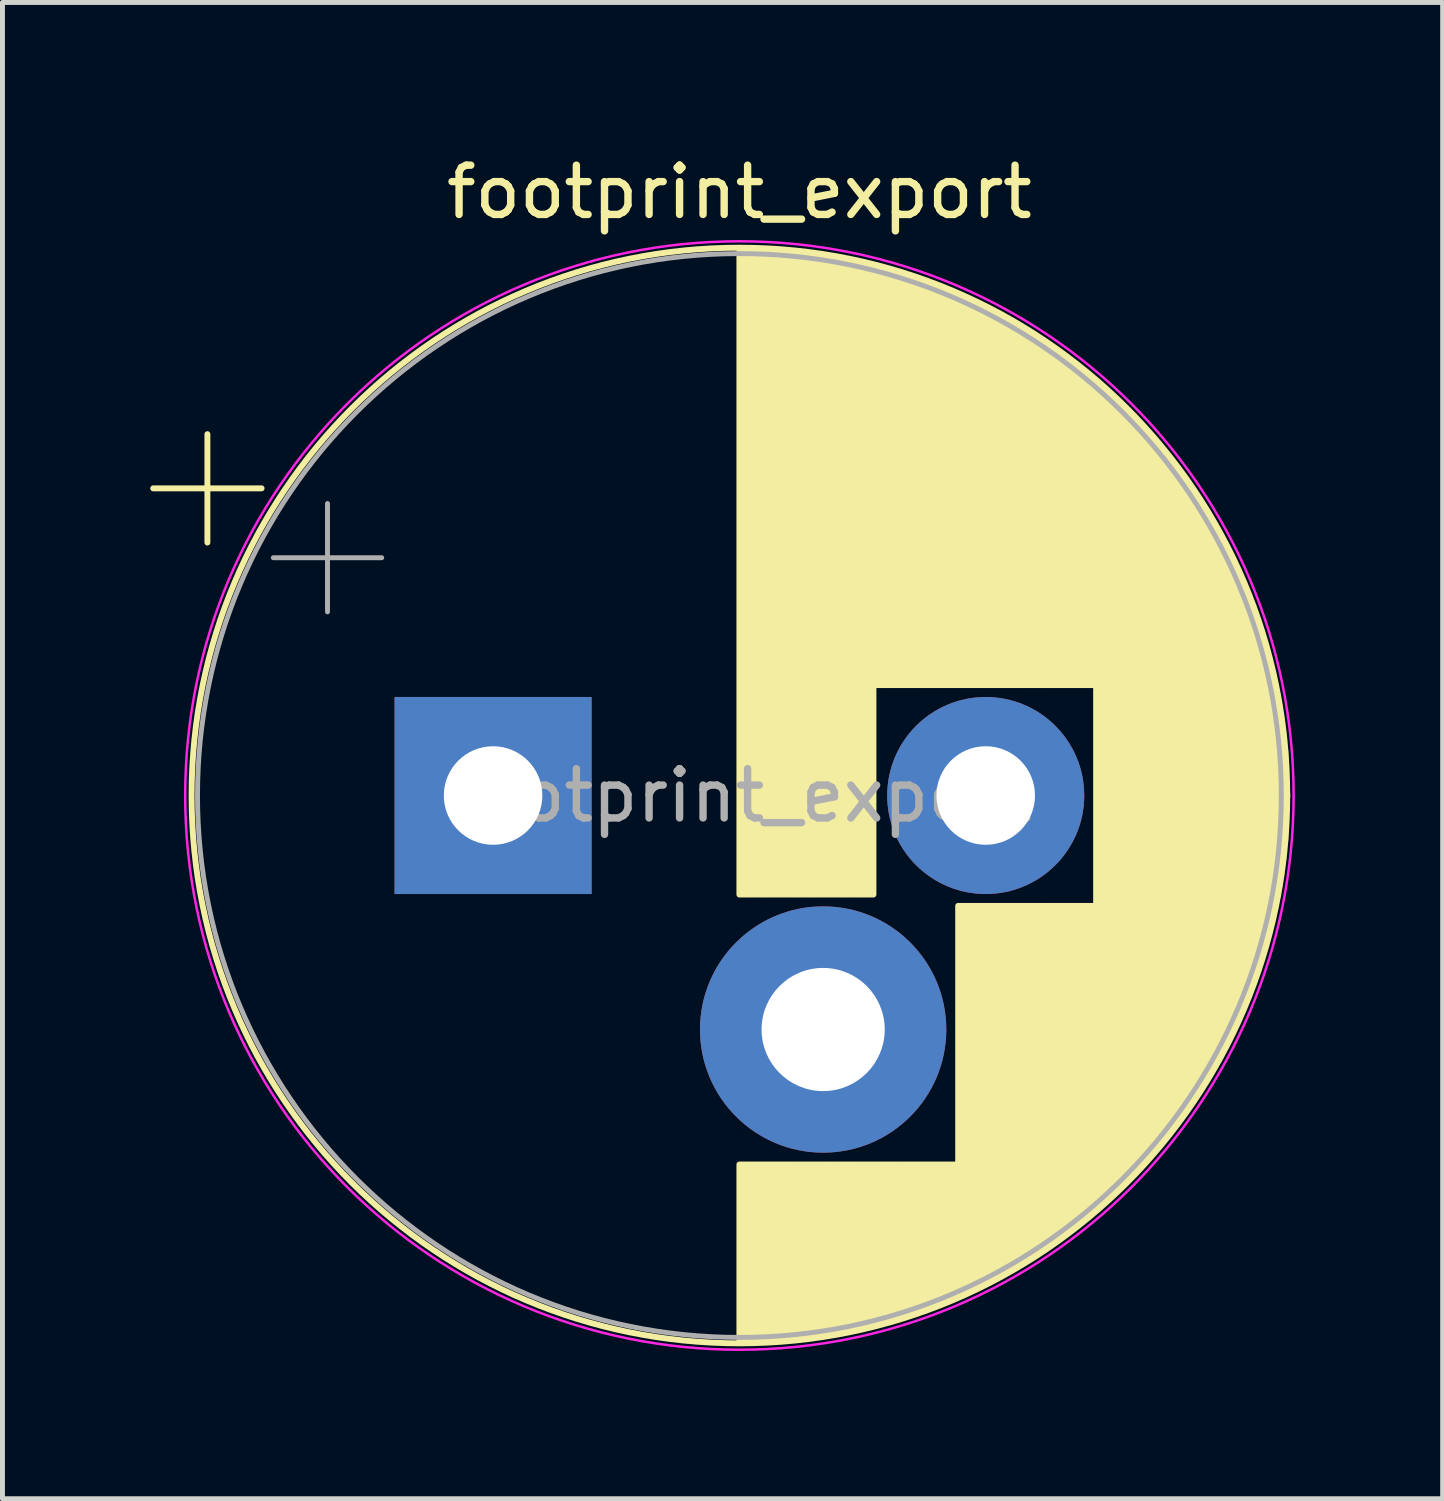
<source format=kicad_pcb>
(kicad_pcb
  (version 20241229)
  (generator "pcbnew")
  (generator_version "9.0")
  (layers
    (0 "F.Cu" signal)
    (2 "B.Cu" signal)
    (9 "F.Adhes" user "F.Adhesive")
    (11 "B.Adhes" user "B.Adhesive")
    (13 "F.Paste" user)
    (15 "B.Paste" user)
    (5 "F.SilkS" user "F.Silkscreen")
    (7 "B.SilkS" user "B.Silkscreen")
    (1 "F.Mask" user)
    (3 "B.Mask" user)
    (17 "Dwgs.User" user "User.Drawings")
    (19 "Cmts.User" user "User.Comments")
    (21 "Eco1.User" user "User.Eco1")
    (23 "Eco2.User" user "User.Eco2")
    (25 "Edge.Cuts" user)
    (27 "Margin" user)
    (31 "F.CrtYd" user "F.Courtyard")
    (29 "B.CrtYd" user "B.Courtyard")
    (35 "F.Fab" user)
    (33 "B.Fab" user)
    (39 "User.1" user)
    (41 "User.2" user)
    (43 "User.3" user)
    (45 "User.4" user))
  (footprint "footprint_export"
    (layer "F.Cu")
    (at 6.959 13.098)
    (property "Reference" "footprint_export" (at 5 -12.25 0) (layer "F.SilkS") (effects (font (size 1 1) (thickness 0.15))))
    (attr through_hole)
    (fp_line (start -6.899 -6.235) (end -4.699 -6.235) (stroke (width 0.12) (type solid)) (layer "F.SilkS"))
    (fp_line (start -5.799 -7.335) (end -5.799 -5.135) (stroke (width 0.12) (type solid)) (layer "F.SilkS"))
    (fp_line (start 5 -11.081) (end 5 2.01) (stroke (width 0.12) (type solid)) (layer "F.SilkS"))
    (fp_line (start 5 7.49) (end 5 11.081) (stroke (width 0.12) (type solid)) (layer "F.SilkS"))
    (fp_line (start 5.04 -11.08) (end 5.04 2.01) (stroke (width 0.12) (type solid)) (layer "F.SilkS"))
    (fp_line (start 5.04 7.49) (end 5.04 11.08) (stroke (width 0.12) (type solid)) (layer "F.SilkS"))
    (fp_line (start 5.08 -11.08) (end 5.08 2.01) (stroke (width 0.12) (type solid)) (layer "F.SilkS"))
    (fp_line (start 5.08 7.49) (end 5.08 11.08) (stroke (width 0.12) (type solid)) (layer "F.SilkS"))
    (fp_line (start 5.12 -11.08) (end 5.12 2.01) (stroke (width 0.12) (type solid)) (layer "F.SilkS"))
    (fp_line (start 5.12 7.49) (end 5.12 11.08) (stroke (width 0.12) (type solid)) (layer "F.SilkS"))
    (fp_line (start 5.16 -11.079) (end 5.16 2.01) (stroke (width 0.12) (type solid)) (layer "F.SilkS"))
    (fp_line (start 5.16 7.49) (end 5.16 11.079) (stroke (width 0.12) (type solid)) (layer "F.SilkS"))
    (fp_line (start 5.2 -11.079) (end 5.2 2.01) (stroke (width 0.12) (type solid)) (layer "F.SilkS"))
    (fp_line (start 5.2 7.49) (end 5.2 11.079) (stroke (width 0.12) (type solid)) (layer "F.SilkS"))
    (fp_line (start 5.24 -11.078) (end 5.24 2.01) (stroke (width 0.12) (type solid)) (layer "F.SilkS"))
    (fp_line (start 5.24 7.49) (end 5.24 11.078) (stroke (width 0.12) (type solid)) (layer "F.SilkS"))
    (fp_line (start 5.28 -11.077) (end 5.28 2.01) (stroke (width 0.12) (type solid)) (layer "F.SilkS"))
    (fp_line (start 5.28 7.49) (end 5.28 11.077) (stroke (width 0.12) (type solid)) (layer "F.SilkS"))
    (fp_line (start 5.32 -11.076) (end 5.32 2.01) (stroke (width 0.12) (type solid)) (layer "F.SilkS"))
    (fp_line (start 5.32 7.49) (end 5.32 11.076) (stroke (width 0.12) (type solid)) (layer "F.SilkS"))
    (fp_line (start 5.36 -11.075) (end 5.36 2.01) (stroke (width 0.12) (type solid)) (layer "F.SilkS"))
    (fp_line (start 5.36 7.49) (end 5.36 11.075) (stroke (width 0.12) (type solid)) (layer "F.SilkS"))
    (fp_line (start 5.4 -11.073) (end 5.4 2.01) (stroke (width 0.12) (type solid)) (layer "F.SilkS"))
    (fp_line (start 5.4 7.49) (end 5.4 11.073) (stroke (width 0.12) (type solid)) (layer "F.SilkS"))
    (fp_line (start 5.44 -11.072) (end 5.44 2.01) (stroke (width 0.12) (type solid)) (layer "F.SilkS"))
    (fp_line (start 5.44 7.49) (end 5.44 11.072) (stroke (width 0.12) (type solid)) (layer "F.SilkS"))
    (fp_line (start 5.48 -11.07) (end 5.48 2.01) (stroke (width 0.12) (type solid)) (layer "F.SilkS"))
    (fp_line (start 5.48 7.49) (end 5.48 11.07) (stroke (width 0.12) (type solid)) (layer "F.SilkS"))
    (fp_line (start 5.52 -11.068) (end 5.52 2.01) (stroke (width 0.12) (type solid)) (layer "F.SilkS"))
    (fp_line (start 5.52 7.49) (end 5.52 11.068) (stroke (width 0.12) (type solid)) (layer "F.SilkS"))
    (fp_line (start 5.56 -11.066) (end 5.56 2.01) (stroke (width 0.12) (type solid)) (layer "F.SilkS"))
    (fp_line (start 5.56 7.49) (end 5.56 11.066) (stroke (width 0.12) (type solid)) (layer "F.SilkS"))
    (fp_line (start 5.6 -11.064) (end 5.6 2.01) (stroke (width 0.12) (type solid)) (layer "F.SilkS"))
    (fp_line (start 5.6 7.49) (end 5.6 11.064) (stroke (width 0.12) (type solid)) (layer "F.SilkS"))
    (fp_line (start 5.64 -11.062) (end 5.64 2.01) (stroke (width 0.12) (type solid)) (layer "F.SilkS"))
    (fp_line (start 5.64 7.49) (end 5.64 11.062) (stroke (width 0.12) (type solid)) (layer "F.SilkS"))
    (fp_line (start 5.68 -11.06) (end 5.68 2.01) (stroke (width 0.12) (type solid)) (layer "F.SilkS"))
    (fp_line (start 5.68 7.49) (end 5.68 11.06) (stroke (width 0.12) (type solid)) (layer "F.SilkS"))
    (fp_line (start 5.721 -11.057) (end 5.721 2.01) (stroke (width 0.12) (type solid)) (layer "F.SilkS"))
    (fp_line (start 5.721 7.49) (end 5.721 11.057) (stroke (width 0.12) (type solid)) (layer "F.SilkS"))
    (fp_line (start 5.761 -11.054) (end 5.761 2.01) (stroke (width 0.12) (type solid)) (layer "F.SilkS"))
    (fp_line (start 5.761 7.49) (end 5.761 11.054) (stroke (width 0.12) (type solid)) (layer "F.SilkS"))
    (fp_line (start 5.801 -11.052) (end 5.801 2.01) (stroke (width 0.12) (type solid)) (layer "F.SilkS"))
    (fp_line (start 5.801 7.49) (end 5.801 11.052) (stroke (width 0.12) (type solid)) (layer "F.SilkS"))
    (fp_line (start 5.841 -11.049) (end 5.841 2.01) (stroke (width 0.12) (type solid)) (layer "F.SilkS"))
    (fp_line (start 5.841 7.49) (end 5.841 11.049) (stroke (width 0.12) (type solid)) (layer "F.SilkS"))
    (fp_line (start 5.881 -11.046) (end 5.881 2.01) (stroke (width 0.12) (type solid)) (layer "F.SilkS"))
    (fp_line (start 5.881 7.49) (end 5.881 11.046) (stroke (width 0.12) (type solid)) (layer "F.SilkS"))
    (fp_line (start 5.921 -11.042) (end 5.921 2.01) (stroke (width 0.12) (type solid)) (layer "F.SilkS"))
    (fp_line (start 5.921 7.49) (end 5.921 11.042) (stroke (width 0.12) (type solid)) (layer "F.SilkS"))
    (fp_line (start 5.961 -11.039) (end 5.961 2.01) (stroke (width 0.12) (type solid)) (layer "F.SilkS"))
    (fp_line (start 5.961 7.49) (end 5.961 11.039) (stroke (width 0.12) (type solid)) (layer "F.SilkS"))
    (fp_line (start 6.001 -11.035) (end 6.001 2.01) (stroke (width 0.12) (type solid)) (layer "F.SilkS"))
    (fp_line (start 6.001 7.49) (end 6.001 11.035) (stroke (width 0.12) (type solid)) (layer "F.SilkS"))
    (fp_line (start 6.041 -11.032) (end 6.041 2.01) (stroke (width 0.12) (type solid)) (layer "F.SilkS"))
    (fp_line (start 6.041 7.49) (end 6.041 11.032) (stroke (width 0.12) (type solid)) (layer "F.SilkS"))
    (fp_line (start 6.081 -11.028) (end 6.081 2.01) (stroke (width 0.12) (type solid)) (layer "F.SilkS"))
    (fp_line (start 6.081 7.49) (end 6.081 11.028) (stroke (width 0.12) (type solid)) (layer "F.SilkS"))
    (fp_line (start 6.121 -11.024) (end 6.121 2.01) (stroke (width 0.12) (type solid)) (layer "F.SilkS"))
    (fp_line (start 6.121 7.49) (end 6.121 11.024) (stroke (width 0.12) (type solid)) (layer "F.SilkS"))
    (fp_line (start 6.161 -11.02) (end 6.161 2.01) (stroke (width 0.12) (type solid)) (layer "F.SilkS"))
    (fp_line (start 6.161 7.49) (end 6.161 11.02) (stroke (width 0.12) (type solid)) (layer "F.SilkS"))
    (fp_line (start 6.201 -11.016) (end 6.201 2.01) (stroke (width 0.12) (type solid)) (layer "F.SilkS"))
    (fp_line (start 6.201 7.49) (end 6.201 11.016) (stroke (width 0.12) (type solid)) (layer "F.SilkS"))
    (fp_line (start 6.241 -11.011) (end 6.241 2.01) (stroke (width 0.12) (type solid)) (layer "F.SilkS"))
    (fp_line (start 6.241 7.49) (end 6.241 11.011) (stroke (width 0.12) (type solid)) (layer "F.SilkS"))
    (fp_line (start 6.281 -11.007) (end 6.281 2.01) (stroke (width 0.12) (type solid)) (layer "F.SilkS"))
    (fp_line (start 6.281 7.49) (end 6.281 11.007) (stroke (width 0.12) (type solid)) (layer "F.SilkS"))
    (fp_line (start 6.321 -11.002) (end 6.321 2.01) (stroke (width 0.12) (type solid)) (layer "F.SilkS"))
    (fp_line (start 6.321 7.49) (end 6.321 11.002) (stroke (width 0.12) (type solid)) (layer "F.SilkS"))
    (fp_line (start 6.361 -10.997) (end 6.361 2.01) (stroke (width 0.12) (type solid)) (layer "F.SilkS"))
    (fp_line (start 6.361 7.49) (end 6.361 10.997) (stroke (width 0.12) (type solid)) (layer "F.SilkS"))
    (fp_line (start 6.401 -10.992) (end 6.401 2.01) (stroke (width 0.12) (type solid)) (layer "F.SilkS"))
    (fp_line (start 6.401 7.49) (end 6.401 10.992) (stroke (width 0.12) (type solid)) (layer "F.SilkS"))
    (fp_line (start 6.441 -10.987) (end 6.441 2.01) (stroke (width 0.12) (type solid)) (layer "F.SilkS"))
    (fp_line (start 6.441 7.49) (end 6.441 10.987) (stroke (width 0.12) (type solid)) (layer "F.SilkS"))
    (fp_line (start 6.481 -10.982) (end 6.481 2.01) (stroke (width 0.12) (type solid)) (layer "F.SilkS"))
    (fp_line (start 6.481 7.49) (end 6.481 10.982) (stroke (width 0.12) (type solid)) (layer "F.SilkS"))
    (fp_line (start 6.521 -10.976) (end 6.521 2.01) (stroke (width 0.12) (type solid)) (layer "F.SilkS"))
    (fp_line (start 6.521 7.49) (end 6.521 10.976) (stroke (width 0.12) (type solid)) (layer "F.SilkS"))
    (fp_line (start 6.561 -10.971) (end 6.561 2.01) (stroke (width 0.12) (type solid)) (layer "F.SilkS"))
    (fp_line (start 6.561 7.49) (end 6.561 10.971) (stroke (width 0.12) (type solid)) (layer "F.SilkS"))
    (fp_line (start 6.601 -10.965) (end 6.601 2.01) (stroke (width 0.12) (type solid)) (layer "F.SilkS"))
    (fp_line (start 6.601 7.49) (end 6.601 10.965) (stroke (width 0.12) (type solid)) (layer "F.SilkS"))
    (fp_line (start 6.641 -10.959) (end 6.641 2.01) (stroke (width 0.12) (type solid)) (layer "F.SilkS"))
    (fp_line (start 6.641 7.49) (end 6.641 10.959) (stroke (width 0.12) (type solid)) (layer "F.SilkS"))
    (fp_line (start 6.681 -10.953) (end 6.681 2.01) (stroke (width 0.12) (type solid)) (layer "F.SilkS"))
    (fp_line (start 6.681 7.49) (end 6.681 10.953) (stroke (width 0.12) (type solid)) (layer "F.SilkS"))
    (fp_line (start 6.721 -10.947) (end 6.721 2.01) (stroke (width 0.12) (type solid)) (layer "F.SilkS"))
    (fp_line (start 6.721 7.49) (end 6.721 10.947) (stroke (width 0.12) (type solid)) (layer "F.SilkS"))
    (fp_line (start 6.761 -10.94) (end 6.761 2.01) (stroke (width 0.12) (type solid)) (layer "F.SilkS"))
    (fp_line (start 6.761 7.49) (end 6.761 10.94) (stroke (width 0.12) (type solid)) (layer "F.SilkS"))
    (fp_line (start 6.801 -10.934) (end 6.801 2.01) (stroke (width 0.12) (type solid)) (layer "F.SilkS"))
    (fp_line (start 6.801 7.49) (end 6.801 10.934) (stroke (width 0.12) (type solid)) (layer "F.SilkS"))
    (fp_line (start 6.841 -10.927) (end 6.841 2.01) (stroke (width 0.12) (type solid)) (layer "F.SilkS"))
    (fp_line (start 6.841 7.49) (end 6.841 10.927) (stroke (width 0.12) (type solid)) (layer "F.SilkS"))
    (fp_line (start 6.881 -10.92) (end 6.881 2.01) (stroke (width 0.12) (type solid)) (layer "F.SilkS"))
    (fp_line (start 6.881 7.49) (end 6.881 10.92) (stroke (width 0.12) (type solid)) (layer "F.SilkS"))
    (fp_line (start 6.921 -10.913) (end 6.921 2.01) (stroke (width 0.12) (type solid)) (layer "F.SilkS"))
    (fp_line (start 6.921 7.49) (end 6.921 10.913) (stroke (width 0.12) (type solid)) (layer "F.SilkS"))
    (fp_line (start 6.961 -10.906) (end 6.961 2.01) (stroke (width 0.12) (type solid)) (layer "F.SilkS"))
    (fp_line (start 6.961 7.49) (end 6.961 10.906) (stroke (width 0.12) (type solid)) (layer "F.SilkS"))
    (fp_line (start 7.001 -10.899) (end 7.001 2.01) (stroke (width 0.12) (type solid)) (layer "F.SilkS"))
    (fp_line (start 7.001 7.49) (end 7.001 10.899) (stroke (width 0.12) (type solid)) (layer "F.SilkS"))
    (fp_line (start 7.041 -10.892) (end 7.041 2.01) (stroke (width 0.12) (type solid)) (layer "F.SilkS"))
    (fp_line (start 7.041 7.49) (end 7.041 10.892) (stroke (width 0.12) (type solid)) (layer "F.SilkS"))
    (fp_line (start 7.081 -10.884) (end 7.081 2.01) (stroke (width 0.12) (type solid)) (layer "F.SilkS"))
    (fp_line (start 7.081 7.49) (end 7.081 10.884) (stroke (width 0.12) (type solid)) (layer "F.SilkS"))
    (fp_line (start 7.121 -10.877) (end 7.121 2.01) (stroke (width 0.12) (type solid)) (layer "F.SilkS"))
    (fp_line (start 7.121 7.49) (end 7.121 10.877) (stroke (width 0.12) (type solid)) (layer "F.SilkS"))
    (fp_line (start 7.161 -10.869) (end 7.161 2.01) (stroke (width 0.12) (type solid)) (layer "F.SilkS"))
    (fp_line (start 7.161 7.49) (end 7.161 10.869) (stroke (width 0.12) (type solid)) (layer "F.SilkS"))
    (fp_line (start 7.201 -10.861) (end 7.201 2.01) (stroke (width 0.12) (type solid)) (layer "F.SilkS"))
    (fp_line (start 7.201 7.49) (end 7.201 10.861) (stroke (width 0.12) (type solid)) (layer "F.SilkS"))
    (fp_line (start 7.241 -10.853) (end 7.241 2.01) (stroke (width 0.12) (type solid)) (layer "F.SilkS"))
    (fp_line (start 7.241 7.49) (end 7.241 10.853) (stroke (width 0.12) (type solid)) (layer "F.SilkS"))
    (fp_line (start 7.281 -10.844) (end 7.281 2.01) (stroke (width 0.12) (type solid)) (layer "F.SilkS"))
    (fp_line (start 7.281 7.49) (end 7.281 10.844) (stroke (width 0.12) (type solid)) (layer "F.SilkS"))
    (fp_line (start 7.321 -10.836) (end 7.321 2.01) (stroke (width 0.12) (type solid)) (layer "F.SilkS"))
    (fp_line (start 7.321 7.49) (end 7.321 10.836) (stroke (width 0.12) (type solid)) (layer "F.SilkS"))
    (fp_line (start 7.361 -10.827) (end 7.361 2.01) (stroke (width 0.12) (type solid)) (layer "F.SilkS"))
    (fp_line (start 7.361 7.49) (end 7.361 10.827) (stroke (width 0.12) (type solid)) (layer "F.SilkS"))
    (fp_line (start 7.401 -10.818) (end 7.401 2.01) (stroke (width 0.12) (type solid)) (layer "F.SilkS"))
    (fp_line (start 7.401 7.49) (end 7.401 10.818) (stroke (width 0.12) (type solid)) (layer "F.SilkS"))
    (fp_line (start 7.441 -10.809) (end 7.441 2.01) (stroke (width 0.12) (type solid)) (layer "F.SilkS"))
    (fp_line (start 7.441 7.49) (end 7.441 10.809) (stroke (width 0.12) (type solid)) (layer "F.SilkS"))
    (fp_line (start 7.481 -10.8) (end 7.481 2.01) (stroke (width 0.12) (type solid)) (layer "F.SilkS"))
    (fp_line (start 7.481 7.49) (end 7.481 10.8) (stroke (width 0.12) (type solid)) (layer "F.SilkS"))
    (fp_line (start 7.521 -10.791) (end 7.521 2.01) (stroke (width 0.12) (type solid)) (layer "F.SilkS"))
    (fp_line (start 7.521 7.49) (end 7.521 10.791) (stroke (width 0.12) (type solid)) (layer "F.SilkS"))
    (fp_line (start 7.561 -10.782) (end 7.561 2.01) (stroke (width 0.12) (type solid)) (layer "F.SilkS"))
    (fp_line (start 7.561 7.49) (end 7.561 10.782) (stroke (width 0.12) (type solid)) (layer "F.SilkS"))
    (fp_line (start 7.601 -10.772) (end 7.601 2.01) (stroke (width 0.12) (type solid)) (layer "F.SilkS"))
    (fp_line (start 7.601 7.49) (end 7.601 10.772) (stroke (width 0.12) (type solid)) (layer "F.SilkS"))
    (fp_line (start 7.641 -10.763) (end 7.641 2.01) (stroke (width 0.12) (type solid)) (layer "F.SilkS"))
    (fp_line (start 7.641 7.49) (end 7.641 10.763) (stroke (width 0.12) (type solid)) (layer "F.SilkS"))
    (fp_line (start 7.681 -10.753) (end 7.681 2.01) (stroke (width 0.12) (type solid)) (layer "F.SilkS"))
    (fp_line (start 7.681 7.49) (end 7.681 10.753) (stroke (width 0.12) (type solid)) (layer "F.SilkS"))
    (fp_line (start 7.721 -10.743) (end 7.721 2.01) (stroke (width 0.12) (type solid)) (layer "F.SilkS"))
    (fp_line (start 7.721 7.49) (end 7.721 10.743) (stroke (width 0.12) (type solid)) (layer "F.SilkS"))
    (fp_line (start 7.761 -10.733) (end 7.761 -2.24) (stroke (width 0.12) (type solid)) (layer "F.SilkS"))
    (fp_line (start 7.761 7.49) (end 7.761 10.733) (stroke (width 0.12) (type solid)) (layer "F.SilkS"))
    (fp_line (start 7.801 -10.722) (end 7.801 -2.24) (stroke (width 0.12) (type solid)) (layer "F.SilkS"))
    (fp_line (start 7.801 7.49) (end 7.801 10.722) (stroke (width 0.12) (type solid)) (layer "F.SilkS"))
    (fp_line (start 7.841 -10.712) (end 7.841 -2.24) (stroke (width 0.12) (type solid)) (layer "F.SilkS"))
    (fp_line (start 7.841 7.49) (end 7.841 10.712) (stroke (width 0.12) (type solid)) (layer "F.SilkS"))
    (fp_line (start 7.881 -10.701) (end 7.881 -2.24) (stroke (width 0.12) (type solid)) (layer "F.SilkS"))
    (fp_line (start 7.881 7.49) (end 7.881 10.701) (stroke (width 0.12) (type solid)) (layer "F.SilkS"))
    (fp_line (start 7.921 -10.69) (end 7.921 -2.24) (stroke (width 0.12) (type solid)) (layer "F.SilkS"))
    (fp_line (start 7.921 7.49) (end 7.921 10.69) (stroke (width 0.12) (type solid)) (layer "F.SilkS"))
    (fp_line (start 7.961 -10.679) (end 7.961 -2.24) (stroke (width 0.12) (type solid)) (layer "F.SilkS"))
    (fp_line (start 7.961 7.49) (end 7.961 10.679) (stroke (width 0.12) (type solid)) (layer "F.SilkS"))
    (fp_line (start 8.001 -10.668) (end 8.001 -2.24) (stroke (width 0.12) (type solid)) (layer "F.SilkS"))
    (fp_line (start 8.001 7.49) (end 8.001 10.668) (stroke (width 0.12) (type solid)) (layer "F.SilkS"))
    (fp_line (start 8.041 -10.657) (end 8.041 -2.24) (stroke (width 0.12) (type solid)) (layer "F.SilkS"))
    (fp_line (start 8.041 7.49) (end 8.041 10.657) (stroke (width 0.12) (type solid)) (layer "F.SilkS"))
    (fp_line (start 8.081 -10.645) (end 8.081 -2.24) (stroke (width 0.12) (type solid)) (layer "F.SilkS"))
    (fp_line (start 8.081 7.49) (end 8.081 10.645) (stroke (width 0.12) (type solid)) (layer "F.SilkS"))
    (fp_line (start 8.121 -10.634) (end 8.121 -2.24) (stroke (width 0.12) (type solid)) (layer "F.SilkS"))
    (fp_line (start 8.121 7.49) (end 8.121 10.634) (stroke (width 0.12) (type solid)) (layer "F.SilkS"))
    (fp_line (start 8.161 -10.622) (end 8.161 -2.24) (stroke (width 0.12) (type solid)) (layer "F.SilkS"))
    (fp_line (start 8.161 7.49) (end 8.161 10.622) (stroke (width 0.12) (type solid)) (layer "F.SilkS"))
    (fp_line (start 8.201 -10.61) (end 8.201 -2.24) (stroke (width 0.12) (type solid)) (layer "F.SilkS"))
    (fp_line (start 8.201 7.49) (end 8.201 10.61) (stroke (width 0.12) (type solid)) (layer "F.SilkS"))
    (fp_line (start 8.241 -10.598) (end 8.241 -2.24) (stroke (width 0.12) (type solid)) (layer "F.SilkS"))
    (fp_line (start 8.241 7.49) (end 8.241 10.598) (stroke (width 0.12) (type solid)) (layer "F.SilkS"))
    (fp_line (start 8.281 -10.586) (end 8.281 -2.24) (stroke (width 0.12) (type solid)) (layer "F.SilkS"))
    (fp_line (start 8.281 7.49) (end 8.281 10.586) (stroke (width 0.12) (type solid)) (layer "F.SilkS"))
    (fp_line (start 8.321 -10.573) (end 8.321 -2.24) (stroke (width 0.12) (type solid)) (layer "F.SilkS"))
    (fp_line (start 8.321 7.49) (end 8.321 10.573) (stroke (width 0.12) (type solid)) (layer "F.SilkS"))
    (fp_line (start 8.361 -10.561) (end 8.361 -2.24) (stroke (width 0.12) (type solid)) (layer "F.SilkS"))
    (fp_line (start 8.361 7.49) (end 8.361 10.561) (stroke (width 0.12) (type solid)) (layer "F.SilkS"))
    (fp_line (start 8.401 -10.548) (end 8.401 -2.24) (stroke (width 0.12) (type solid)) (layer "F.SilkS"))
    (fp_line (start 8.401 7.49) (end 8.401 10.548) (stroke (width 0.12) (type solid)) (layer "F.SilkS"))
    (fp_line (start 8.441 -10.535) (end 8.441 -2.24) (stroke (width 0.12) (type solid)) (layer "F.SilkS"))
    (fp_line (start 8.441 7.49) (end 8.441 10.535) (stroke (width 0.12) (type solid)) (layer "F.SilkS"))
    (fp_line (start 8.481 -10.522) (end 8.481 -2.24) (stroke (width 0.12) (type solid)) (layer "F.SilkS"))
    (fp_line (start 8.481 7.49) (end 8.481 10.522) (stroke (width 0.12) (type solid)) (layer "F.SilkS"))
    (fp_line (start 8.521 -10.509) (end 8.521 -2.24) (stroke (width 0.12) (type solid)) (layer "F.SilkS"))
    (fp_line (start 8.521 7.49) (end 8.521 10.509) (stroke (width 0.12) (type solid)) (layer "F.SilkS"))
    (fp_line (start 8.561 -10.495) (end 8.561 -2.24) (stroke (width 0.12) (type solid)) (layer "F.SilkS"))
    (fp_line (start 8.561 7.49) (end 8.561 10.495) (stroke (width 0.12) (type solid)) (layer "F.SilkS"))
    (fp_line (start 8.601 -10.482) (end 8.601 -2.24) (stroke (width 0.12) (type solid)) (layer "F.SilkS"))
    (fp_line (start 8.601 7.49) (end 8.601 10.482) (stroke (width 0.12) (type solid)) (layer "F.SilkS"))
    (fp_line (start 8.641 -10.468) (end 8.641 -2.24) (stroke (width 0.12) (type solid)) (layer "F.SilkS"))
    (fp_line (start 8.641 7.49) (end 8.641 10.468) (stroke (width 0.12) (type solid)) (layer "F.SilkS"))
    (fp_line (start 8.681 -10.454) (end 8.681 -2.24) (stroke (width 0.12) (type solid)) (layer "F.SilkS"))
    (fp_line (start 8.681 7.49) (end 8.681 10.454) (stroke (width 0.12) (type solid)) (layer "F.SilkS"))
    (fp_line (start 8.721 -10.44) (end 8.721 -2.24) (stroke (width 0.12) (type solid)) (layer "F.SilkS"))
    (fp_line (start 8.721 7.49) (end 8.721 10.44) (stroke (width 0.12) (type solid)) (layer "F.SilkS"))
    (fp_line (start 8.761 -10.426) (end 8.761 -2.24) (stroke (width 0.12) (type solid)) (layer "F.SilkS"))
    (fp_line (start 8.761 7.49) (end 8.761 10.426) (stroke (width 0.12) (type solid)) (layer "F.SilkS"))
    (fp_line (start 8.801 -10.411) (end 8.801 -2.24) (stroke (width 0.12) (type solid)) (layer "F.SilkS"))
    (fp_line (start 8.801 7.49) (end 8.801 10.411) (stroke (width 0.12) (type solid)) (layer "F.SilkS"))
    (fp_line (start 8.841 -10.396) (end 8.841 -2.24) (stroke (width 0.12) (type solid)) (layer "F.SilkS"))
    (fp_line (start 8.841 7.49) (end 8.841 10.396) (stroke (width 0.12) (type solid)) (layer "F.SilkS"))
    (fp_line (start 8.881 -10.382) (end 8.881 -2.24) (stroke (width 0.12) (type solid)) (layer "F.SilkS"))
    (fp_line (start 8.881 7.49) (end 8.881 10.382) (stroke (width 0.12) (type solid)) (layer "F.SilkS"))
    (fp_line (start 8.921 -10.367) (end 8.921 -2.24) (stroke (width 0.12) (type solid)) (layer "F.SilkS"))
    (fp_line (start 8.921 7.49) (end 8.921 10.367) (stroke (width 0.12) (type solid)) (layer "F.SilkS"))
    (fp_line (start 8.961 -10.351) (end 8.961 -2.24) (stroke (width 0.12) (type solid)) (layer "F.SilkS"))
    (fp_line (start 8.961 7.49) (end 8.961 10.351) (stroke (width 0.12) (type solid)) (layer "F.SilkS"))
    (fp_line (start 9.001 -10.336) (end 9.001 -2.24) (stroke (width 0.12) (type solid)) (layer "F.SilkS"))
    (fp_line (start 9.001 7.49) (end 9.001 10.336) (stroke (width 0.12) (type solid)) (layer "F.SilkS"))
    (fp_line (start 9.041 -10.321) (end 9.041 -2.24) (stroke (width 0.12) (type solid)) (layer "F.SilkS"))
    (fp_line (start 9.041 7.49) (end 9.041 10.321) (stroke (width 0.12) (type solid)) (layer "F.SilkS"))
    (fp_line (start 9.081 -10.305) (end 9.081 -2.24) (stroke (width 0.12) (type solid)) (layer "F.SilkS"))
    (fp_line (start 9.081 7.49) (end 9.081 10.305) (stroke (width 0.12) (type solid)) (layer "F.SilkS"))
    (fp_line (start 9.121 -10.289) (end 9.121 -2.24) (stroke (width 0.12) (type solid)) (layer "F.SilkS"))
    (fp_line (start 9.121 7.49) (end 9.121 10.289) (stroke (width 0.12) (type solid)) (layer "F.SilkS"))
    (fp_line (start 9.161 -10.273) (end 9.161 -2.24) (stroke (width 0.12) (type solid)) (layer "F.SilkS"))
    (fp_line (start 9.161 7.49) (end 9.161 10.273) (stroke (width 0.12) (type solid)) (layer "F.SilkS"))
    (fp_line (start 9.201 -10.257) (end 9.201 -2.24) (stroke (width 0.12) (type solid)) (layer "F.SilkS"))
    (fp_line (start 9.201 7.49) (end 9.201 10.257) (stroke (width 0.12) (type solid)) (layer "F.SilkS"))
    (fp_line (start 9.241 -10.24) (end 9.241 -2.24) (stroke (width 0.12) (type solid)) (layer "F.SilkS"))
    (fp_line (start 9.241 7.49) (end 9.241 10.24) (stroke (width 0.12) (type solid)) (layer "F.SilkS"))
    (fp_line (start 9.281 -10.224) (end 9.281 -2.24) (stroke (width 0.12) (type solid)) (layer "F.SilkS"))
    (fp_line (start 9.281 7.49) (end 9.281 10.224) (stroke (width 0.12) (type solid)) (layer "F.SilkS"))
    (fp_line (start 9.321 -10.207) (end 9.321 -2.24) (stroke (width 0.12) (type solid)) (layer "F.SilkS"))
    (fp_line (start 9.321 7.49) (end 9.321 10.207) (stroke (width 0.12) (type solid)) (layer "F.SilkS"))
    (fp_line (start 9.361 -10.19) (end 9.361 -2.24) (stroke (width 0.12) (type solid)) (layer "F.SilkS"))
    (fp_line (start 9.361 7.49) (end 9.361 10.19) (stroke (width 0.12) (type solid)) (layer "F.SilkS"))
    (fp_line (start 9.401 -10.173) (end 9.401 -2.24) (stroke (width 0.12) (type solid)) (layer "F.SilkS"))
    (fp_line (start 9.401 7.49) (end 9.401 10.173) (stroke (width 0.12) (type solid)) (layer "F.SilkS"))
    (fp_line (start 9.441 -10.156) (end 9.441 -2.24) (stroke (width 0.12) (type solid)) (layer "F.SilkS"))
    (fp_line (start 9.441 2.24) (end 9.441 10.156) (stroke (width 0.12) (type solid)) (layer "F.SilkS"))
    (fp_line (start 9.481 -10.138) (end 9.481 -2.24) (stroke (width 0.12) (type solid)) (layer "F.SilkS"))
    (fp_line (start 9.481 2.24) (end 9.481 10.138) (stroke (width 0.12) (type solid)) (layer "F.SilkS"))
    (fp_line (start 9.521 -10.12) (end 9.521 -2.24) (stroke (width 0.12) (type solid)) (layer "F.SilkS"))
    (fp_line (start 9.521 2.24) (end 9.521 10.12) (stroke (width 0.12) (type solid)) (layer "F.SilkS"))
    (fp_line (start 9.561 -10.103) (end 9.561 -2.24) (stroke (width 0.12) (type solid)) (layer "F.SilkS"))
    (fp_line (start 9.561 2.24) (end 9.561 10.103) (stroke (width 0.12) (type solid)) (layer "F.SilkS"))
    (fp_line (start 9.601 -10.084) (end 9.601 -2.24) (stroke (width 0.12) (type solid)) (layer "F.SilkS"))
    (fp_line (start 9.601 2.24) (end 9.601 10.084) (stroke (width 0.12) (type solid)) (layer "F.SilkS"))
    (fp_line (start 9.641 -10.066) (end 9.641 -2.24) (stroke (width 0.12) (type solid)) (layer "F.SilkS"))
    (fp_line (start 9.641 2.24) (end 9.641 10.066) (stroke (width 0.12) (type solid)) (layer "F.SilkS"))
    (fp_line (start 9.681 -10.048) (end 9.681 -2.24) (stroke (width 0.12) (type solid)) (layer "F.SilkS"))
    (fp_line (start 9.681 2.24) (end 9.681 10.048) (stroke (width 0.12) (type solid)) (layer "F.SilkS"))
    (fp_line (start 9.721 -10.029) (end 9.721 -2.24) (stroke (width 0.12) (type solid)) (layer "F.SilkS"))
    (fp_line (start 9.721 2.24) (end 9.721 10.029) (stroke (width 0.12) (type solid)) (layer "F.SilkS"))
    (fp_line (start 9.761 -10.01) (end 9.761 -2.24) (stroke (width 0.12) (type solid)) (layer "F.SilkS"))
    (fp_line (start 9.761 2.24) (end 9.761 10.01) (stroke (width 0.12) (type solid)) (layer "F.SilkS"))
    (fp_line (start 9.801 -9.991) (end 9.801 -2.24) (stroke (width 0.12) (type solid)) (layer "F.SilkS"))
    (fp_line (start 9.801 2.24) (end 9.801 9.991) (stroke (width 0.12) (type solid)) (layer "F.SilkS"))
    (fp_line (start 9.841 -9.972) (end 9.841 -2.24) (stroke (width 0.12) (type solid)) (layer "F.SilkS"))
    (fp_line (start 9.841 2.24) (end 9.841 9.972) (stroke (width 0.12) (type solid)) (layer "F.SilkS"))
    (fp_line (start 9.881 -9.952) (end 9.881 -2.24) (stroke (width 0.12) (type solid)) (layer "F.SilkS"))
    (fp_line (start 9.881 2.24) (end 9.881 9.952) (stroke (width 0.12) (type solid)) (layer "F.SilkS"))
    (fp_line (start 9.921 -9.933) (end 9.921 -2.24) (stroke (width 0.12) (type solid)) (layer "F.SilkS"))
    (fp_line (start 9.921 2.24) (end 9.921 9.933) (stroke (width 0.12) (type solid)) (layer "F.SilkS"))
    (fp_line (start 9.961 -9.913) (end 9.961 -2.24) (stroke (width 0.12) (type solid)) (layer "F.SilkS"))
    (fp_line (start 9.961 2.24) (end 9.961 9.913) (stroke (width 0.12) (type solid)) (layer "F.SilkS"))
    (fp_line (start 10.001 -9.893) (end 10.001 -2.24) (stroke (width 0.12) (type solid)) (layer "F.SilkS"))
    (fp_line (start 10.001 2.24) (end 10.001 9.893) (stroke (width 0.12) (type solid)) (layer "F.SilkS"))
    (fp_line (start 10.041 -9.873) (end 10.041 -2.24) (stroke (width 0.12) (type solid)) (layer "F.SilkS"))
    (fp_line (start 10.041 2.24) (end 10.041 9.873) (stroke (width 0.12) (type solid)) (layer "F.SilkS"))
    (fp_line (start 10.081 -9.852) (end 10.081 -2.24) (stroke (width 0.12) (type solid)) (layer "F.SilkS"))
    (fp_line (start 10.081 2.24) (end 10.081 9.852) (stroke (width 0.12) (type solid)) (layer "F.SilkS"))
    (fp_line (start 10.121 -9.832) (end 10.121 -2.24) (stroke (width 0.12) (type solid)) (layer "F.SilkS"))
    (fp_line (start 10.121 2.24) (end 10.121 9.832) (stroke (width 0.12) (type solid)) (layer "F.SilkS"))
    (fp_line (start 10.161 -9.811) (end 10.161 -2.24) (stroke (width 0.12) (type solid)) (layer "F.SilkS"))
    (fp_line (start 10.161 2.24) (end 10.161 9.811) (stroke (width 0.12) (type solid)) (layer "F.SilkS"))
    (fp_line (start 10.201 -9.79) (end 10.201 -2.24) (stroke (width 0.12) (type solid)) (layer "F.SilkS"))
    (fp_line (start 10.201 2.24) (end 10.201 9.79) (stroke (width 0.12) (type solid)) (layer "F.SilkS"))
    (fp_line (start 10.241 -9.768) (end 10.241 -2.24) (stroke (width 0.12) (type solid)) (layer "F.SilkS"))
    (fp_line (start 10.241 2.24) (end 10.241 9.768) (stroke (width 0.12) (type solid)) (layer "F.SilkS"))
    (fp_line (start 10.281 -9.747) (end 10.281 -2.24) (stroke (width 0.12) (type solid)) (layer "F.SilkS"))
    (fp_line (start 10.281 2.24) (end 10.281 9.747) (stroke (width 0.12) (type solid)) (layer "F.SilkS"))
    (fp_line (start 10.321 -9.725) (end 10.321 -2.24) (stroke (width 0.12) (type solid)) (layer "F.SilkS"))
    (fp_line (start 10.321 2.24) (end 10.321 9.725) (stroke (width 0.12) (type solid)) (layer "F.SilkS"))
    (fp_line (start 10.361 -9.703) (end 10.361 -2.24) (stroke (width 0.12) (type solid)) (layer "F.SilkS"))
    (fp_line (start 10.361 2.24) (end 10.361 9.703) (stroke (width 0.12) (type solid)) (layer "F.SilkS"))
    (fp_line (start 10.401 -9.681) (end 10.401 -2.24) (stroke (width 0.12) (type solid)) (layer "F.SilkS"))
    (fp_line (start 10.401 2.24) (end 10.401 9.681) (stroke (width 0.12) (type solid)) (layer "F.SilkS"))
    (fp_line (start 10.441 -9.659) (end 10.441 -2.24) (stroke (width 0.12) (type solid)) (layer "F.SilkS"))
    (fp_line (start 10.441 2.24) (end 10.441 9.659) (stroke (width 0.12) (type solid)) (layer "F.SilkS"))
    (fp_line (start 10.481 -9.636) (end 10.481 -2.24) (stroke (width 0.12) (type solid)) (layer "F.SilkS"))
    (fp_line (start 10.481 2.24) (end 10.481 9.636) (stroke (width 0.12) (type solid)) (layer "F.SilkS"))
    (fp_line (start 10.521 -9.614) (end 10.521 -2.24) (stroke (width 0.12) (type solid)) (layer "F.SilkS"))
    (fp_line (start 10.521 2.24) (end 10.521 9.614) (stroke (width 0.12) (type solid)) (layer "F.SilkS"))
    (fp_line (start 10.561 -9.591) (end 10.561 -2.24) (stroke (width 0.12) (type solid)) (layer "F.SilkS"))
    (fp_line (start 10.561 2.24) (end 10.561 9.591) (stroke (width 0.12) (type solid)) (layer "F.SilkS"))
    (fp_line (start 10.601 -9.567) (end 10.601 -2.24) (stroke (width 0.12) (type solid)) (layer "F.SilkS"))
    (fp_line (start 10.601 2.24) (end 10.601 9.567) (stroke (width 0.12) (type solid)) (layer "F.SilkS"))
    (fp_line (start 10.641 -9.544) (end 10.641 -2.24) (stroke (width 0.12) (type solid)) (layer "F.SilkS"))
    (fp_line (start 10.641 2.24) (end 10.641 9.544) (stroke (width 0.12) (type solid)) (layer "F.SilkS"))
    (fp_line (start 10.681 -9.52) (end 10.681 -2.24) (stroke (width 0.12) (type solid)) (layer "F.SilkS"))
    (fp_line (start 10.681 2.24) (end 10.681 9.52) (stroke (width 0.12) (type solid)) (layer "F.SilkS"))
    (fp_line (start 10.721 -9.497) (end 10.721 -2.24) (stroke (width 0.12) (type solid)) (layer "F.SilkS"))
    (fp_line (start 10.721 2.24) (end 10.721 9.497) (stroke (width 0.12) (type solid)) (layer "F.SilkS"))
    (fp_line (start 10.761 -9.472) (end 10.761 -2.24) (stroke (width 0.12) (type solid)) (layer "F.SilkS"))
    (fp_line (start 10.761 2.24) (end 10.761 9.472) (stroke (width 0.12) (type solid)) (layer "F.SilkS"))
    (fp_line (start 10.801 -9.448) (end 10.801 -2.24) (stroke (width 0.12) (type solid)) (layer "F.SilkS"))
    (fp_line (start 10.801 2.24) (end 10.801 9.448) (stroke (width 0.12) (type solid)) (layer "F.SilkS"))
    (fp_line (start 10.841 -9.424) (end 10.841 -2.24) (stroke (width 0.12) (type solid)) (layer "F.SilkS"))
    (fp_line (start 10.841 2.24) (end 10.841 9.424) (stroke (width 0.12) (type solid)) (layer "F.SilkS"))
    (fp_line (start 10.881 -9.399) (end 10.881 -2.24) (stroke (width 0.12) (type solid)) (layer "F.SilkS"))
    (fp_line (start 10.881 2.24) (end 10.881 9.399) (stroke (width 0.12) (type solid)) (layer "F.SilkS"))
    (fp_line (start 10.921 -9.374) (end 10.921 -2.24) (stroke (width 0.12) (type solid)) (layer "F.SilkS"))
    (fp_line (start 10.921 2.24) (end 10.921 9.374) (stroke (width 0.12) (type solid)) (layer "F.SilkS"))
    (fp_line (start 10.961 -9.348) (end 10.961 -2.24) (stroke (width 0.12) (type solid)) (layer "F.SilkS"))
    (fp_line (start 10.961 2.24) (end 10.961 9.348) (stroke (width 0.12) (type solid)) (layer "F.SilkS"))
    (fp_line (start 11.001 -9.323) (end 11.001 -2.24) (stroke (width 0.12) (type solid)) (layer "F.SilkS"))
    (fp_line (start 11.001 2.24) (end 11.001 9.323) (stroke (width 0.12) (type solid)) (layer "F.SilkS"))
    (fp_line (start 11.041 -9.297) (end 11.041 -2.24) (stroke (width 0.12) (type solid)) (layer "F.SilkS"))
    (fp_line (start 11.041 2.24) (end 11.041 9.297) (stroke (width 0.12) (type solid)) (layer "F.SilkS"))
    (fp_line (start 11.081 -9.271) (end 11.081 -2.24) (stroke (width 0.12) (type solid)) (layer "F.SilkS"))
    (fp_line (start 11.081 2.24) (end 11.081 9.271) (stroke (width 0.12) (type solid)) (layer "F.SilkS"))
    (fp_line (start 11.121 -9.245) (end 11.121 -2.24) (stroke (width 0.12) (type solid)) (layer "F.SilkS"))
    (fp_line (start 11.121 2.24) (end 11.121 9.245) (stroke (width 0.12) (type solid)) (layer "F.SilkS"))
    (fp_line (start 11.161 -9.218) (end 11.161 -2.24) (stroke (width 0.12) (type solid)) (layer "F.SilkS"))
    (fp_line (start 11.161 2.24) (end 11.161 9.218) (stroke (width 0.12) (type solid)) (layer "F.SilkS"))
    (fp_line (start 11.201 -9.192) (end 11.201 -2.24) (stroke (width 0.12) (type solid)) (layer "F.SilkS"))
    (fp_line (start 11.201 2.24) (end 11.201 9.192) (stroke (width 0.12) (type solid)) (layer "F.SilkS"))
    (fp_line (start 11.241 -9.165) (end 11.241 -2.24) (stroke (width 0.12) (type solid)) (layer "F.SilkS"))
    (fp_line (start 11.241 2.24) (end 11.241 9.165) (stroke (width 0.12) (type solid)) (layer "F.SilkS"))
    (fp_line (start 11.281 -9.137) (end 11.281 -2.24) (stroke (width 0.12) (type solid)) (layer "F.SilkS"))
    (fp_line (start 11.281 2.24) (end 11.281 9.137) (stroke (width 0.12) (type solid)) (layer "F.SilkS"))
    (fp_line (start 11.321 -9.11) (end 11.321 -2.24) (stroke (width 0.12) (type solid)) (layer "F.SilkS"))
    (fp_line (start 11.321 2.24) (end 11.321 9.11) (stroke (width 0.12) (type solid)) (layer "F.SilkS"))
    (fp_line (start 11.361 -9.082) (end 11.361 -2.24) (stroke (width 0.12) (type solid)) (layer "F.SilkS"))
    (fp_line (start 11.361 2.24) (end 11.361 9.082) (stroke (width 0.12) (type solid)) (layer "F.SilkS"))
    (fp_line (start 11.401 -9.054) (end 11.401 -2.24) (stroke (width 0.12) (type solid)) (layer "F.SilkS"))
    (fp_line (start 11.401 2.24) (end 11.401 9.054) (stroke (width 0.12) (type solid)) (layer "F.SilkS"))
    (fp_line (start 11.441 -9.026) (end 11.441 -2.24) (stroke (width 0.12) (type solid)) (layer "F.SilkS"))
    (fp_line (start 11.441 2.24) (end 11.441 9.026) (stroke (width 0.12) (type solid)) (layer "F.SilkS"))
    (fp_line (start 11.481 -8.997) (end 11.481 -2.24) (stroke (width 0.12) (type solid)) (layer "F.SilkS"))
    (fp_line (start 11.481 2.24) (end 11.481 8.997) (stroke (width 0.12) (type solid)) (layer "F.SilkS"))
    (fp_line (start 11.521 -8.968) (end 11.521 -2.24) (stroke (width 0.12) (type solid)) (layer "F.SilkS"))
    (fp_line (start 11.521 2.24) (end 11.521 8.968) (stroke (width 0.12) (type solid)) (layer "F.SilkS"))
    (fp_line (start 11.561 -8.939) (end 11.561 -2.24) (stroke (width 0.12) (type solid)) (layer "F.SilkS"))
    (fp_line (start 11.561 2.24) (end 11.561 8.939) (stroke (width 0.12) (type solid)) (layer "F.SilkS"))
    (fp_line (start 11.601 -8.91) (end 11.601 -2.24) (stroke (width 0.12) (type solid)) (layer "F.SilkS"))
    (fp_line (start 11.601 2.24) (end 11.601 8.91) (stroke (width 0.12) (type solid)) (layer "F.SilkS"))
    (fp_line (start 11.641 -8.88) (end 11.641 -2.24) (stroke (width 0.12) (type solid)) (layer "F.SilkS"))
    (fp_line (start 11.641 2.24) (end 11.641 8.88) (stroke (width 0.12) (type solid)) (layer "F.SilkS"))
    (fp_line (start 11.681 -8.85) (end 11.681 -2.24) (stroke (width 0.12) (type solid)) (layer "F.SilkS"))
    (fp_line (start 11.681 2.24) (end 11.681 8.85) (stroke (width 0.12) (type solid)) (layer "F.SilkS"))
    (fp_line (start 11.721 -8.82) (end 11.721 -2.24) (stroke (width 0.12) (type solid)) (layer "F.SilkS"))
    (fp_line (start 11.721 2.24) (end 11.721 8.82) (stroke (width 0.12) (type solid)) (layer "F.SilkS"))
    (fp_line (start 11.761 -8.79) (end 11.761 -2.24) (stroke (width 0.12) (type solid)) (layer "F.SilkS"))
    (fp_line (start 11.761 2.24) (end 11.761 8.79) (stroke (width 0.12) (type solid)) (layer "F.SilkS"))
    (fp_line (start 11.801 -8.759) (end 11.801 -2.24) (stroke (width 0.12) (type solid)) (layer "F.SilkS"))
    (fp_line (start 11.801 2.24) (end 11.801 8.759) (stroke (width 0.12) (type solid)) (layer "F.SilkS"))
    (fp_line (start 11.841 -8.728) (end 11.841 -2.24) (stroke (width 0.12) (type solid)) (layer "F.SilkS"))
    (fp_line (start 11.841 2.24) (end 11.841 8.728) (stroke (width 0.12) (type solid)) (layer "F.SilkS"))
    (fp_line (start 11.881 -8.697) (end 11.881 -2.24) (stroke (width 0.12) (type solid)) (layer "F.SilkS"))
    (fp_line (start 11.881 2.24) (end 11.881 8.697) (stroke (width 0.12) (type solid)) (layer "F.SilkS"))
    (fp_line (start 11.921 -8.665) (end 11.921 -2.24) (stroke (width 0.12) (type solid)) (layer "F.SilkS"))
    (fp_line (start 11.921 2.24) (end 11.921 8.665) (stroke (width 0.12) (type solid)) (layer "F.SilkS"))
    (fp_line (start 11.961 -8.633) (end 11.961 -2.24) (stroke (width 0.12) (type solid)) (layer "F.SilkS"))
    (fp_line (start 11.961 2.24) (end 11.961 8.633) (stroke (width 0.12) (type solid)) (layer "F.SilkS"))
    (fp_line (start 12.001 -8.601) (end 12.001 -2.24) (stroke (width 0.12) (type solid)) (layer "F.SilkS"))
    (fp_line (start 12.001 2.24) (end 12.001 8.601) (stroke (width 0.12) (type solid)) (layer "F.SilkS"))
    (fp_line (start 12.041 -8.568) (end 12.041 -2.24) (stroke (width 0.12) (type solid)) (layer "F.SilkS"))
    (fp_line (start 12.041 2.24) (end 12.041 8.568) (stroke (width 0.12) (type solid)) (layer "F.SilkS"))
    (fp_line (start 12.081 -8.535) (end 12.081 -2.24) (stroke (width 0.12) (type solid)) (layer "F.SilkS"))
    (fp_line (start 12.081 2.24) (end 12.081 8.535) (stroke (width 0.12) (type solid)) (layer "F.SilkS"))
    (fp_line (start 12.121 -8.502) (end 12.121 -2.24) (stroke (width 0.12) (type solid)) (layer "F.SilkS"))
    (fp_line (start 12.121 2.24) (end 12.121 8.502) (stroke (width 0.12) (type solid)) (layer "F.SilkS"))
    (fp_line (start 12.161 -8.469) (end 12.161 -2.24) (stroke (width 0.12) (type solid)) (layer "F.SilkS"))
    (fp_line (start 12.161 2.24) (end 12.161 8.469) (stroke (width 0.12) (type solid)) (layer "F.SilkS"))
    (fp_line (start 12.201 -8.435) (end 12.201 -2.24) (stroke (width 0.12) (type solid)) (layer "F.SilkS"))
    (fp_line (start 12.201 2.24) (end 12.201 8.435) (stroke (width 0.12) (type solid)) (layer "F.SilkS"))
    (fp_line (start 12.241 -8.401) (end 12.241 8.401) (stroke (width 0.12) (type solid)) (layer "F.SilkS"))
    (fp_line (start 12.281 -8.366) (end 12.281 8.366) (stroke (width 0.12) (type solid)) (layer "F.SilkS"))
    (fp_line (start 12.321 -8.331) (end 12.321 8.331) (stroke (width 0.12) (type solid)) (layer "F.SilkS"))
    (fp_line (start 12.361 -8.296) (end 12.361 8.296) (stroke (width 0.12) (type solid)) (layer "F.SilkS"))
    (fp_line (start 12.401 -8.261) (end 12.401 8.261) (stroke (width 0.12) (type solid)) (layer "F.SilkS"))
    (fp_line (start 12.441 -8.225) (end 12.441 8.225) (stroke (width 0.12) (type solid)) (layer "F.SilkS"))
    (fp_line (start 12.481 -8.189) (end 12.481 8.189) (stroke (width 0.12) (type solid)) (layer "F.SilkS"))
    (fp_line (start 12.521 -8.152) (end 12.521 8.152) (stroke (width 0.12) (type solid)) (layer "F.SilkS"))
    (fp_line (start 12.561 -8.115) (end 12.561 8.115) (stroke (width 0.12) (type solid)) (layer "F.SilkS"))
    (fp_line (start 12.601 -8.078) (end 12.601 8.078) (stroke (width 0.12) (type solid)) (layer "F.SilkS"))
    (fp_line (start 12.641 -8.04) (end 12.641 8.04) (stroke (width 0.12) (type solid)) (layer "F.SilkS"))
    (fp_line (start 12.681 -8.002) (end 12.681 8.002) (stroke (width 0.12) (type solid)) (layer "F.SilkS"))
    (fp_line (start 12.721 -7.964) (end 12.721 7.964) (stroke (width 0.12) (type solid)) (layer "F.SilkS"))
    (fp_line (start 12.761 -7.925) (end 12.761 7.925) (stroke (width 0.12) (type solid)) (layer "F.SilkS"))
    (fp_line (start 12.801 -7.886) (end 12.801 7.886) (stroke (width 0.12) (type solid)) (layer "F.SilkS"))
    (fp_line (start 12.841 -7.846) (end 12.841 7.846) (stroke (width 0.12) (type solid)) (layer "F.SilkS"))
    (fp_line (start 12.881 -7.807) (end 12.881 7.807) (stroke (width 0.12) (type solid)) (layer "F.SilkS"))
    (fp_line (start 12.921 -7.766) (end 12.921 7.766) (stroke (width 0.12) (type solid)) (layer "F.SilkS"))
    (fp_line (start 12.961 -7.725) (end 12.961 7.725) (stroke (width 0.12) (type solid)) (layer "F.SilkS"))
    (fp_line (start 13.001 -7.684) (end 13.001 7.684) (stroke (width 0.12) (type solid)) (layer "F.SilkS"))
    (fp_line (start 13.041 -7.642) (end 13.041 7.642) (stroke (width 0.12) (type solid)) (layer "F.SilkS"))
    (fp_line (start 13.081 -7.6) (end 13.081 7.6) (stroke (width 0.12) (type solid)) (layer "F.SilkS"))
    (fp_line (start 13.121 -7.558) (end 13.121 7.558) (stroke (width 0.12) (type solid)) (layer "F.SilkS"))
    (fp_line (start 13.161 -7.515) (end 13.161 7.515) (stroke (width 0.12) (type solid)) (layer "F.SilkS"))
    (fp_line (start 13.2 -7.471) (end 13.2 7.471) (stroke (width 0.12) (type solid)) (layer "F.SilkS"))
    (fp_line (start 13.24 -7.428) (end 13.24 7.428) (stroke (width 0.12) (type solid)) (layer "F.SilkS"))
    (fp_line (start 13.28 -7.383) (end 13.28 7.383) (stroke (width 0.12) (type solid)) (layer "F.SilkS"))
    (fp_line (start 13.32 -7.338) (end 13.32 7.338) (stroke (width 0.12) (type solid)) (layer "F.SilkS"))
    (fp_line (start 13.36 -7.293) (end 13.36 7.293) (stroke (width 0.12) (type solid)) (layer "F.SilkS"))
    (fp_line (start 13.4 -7.247) (end 13.4 7.247) (stroke (width 0.12) (type solid)) (layer "F.SilkS"))
    (fp_line (start 13.44 -7.201) (end 13.44 7.201) (stroke (width 0.12) (type solid)) (layer "F.SilkS"))
    (fp_line (start 13.48 -7.154) (end 13.48 7.154) (stroke (width 0.12) (type solid)) (layer "F.SilkS"))
    (fp_line (start 13.52 -7.106) (end 13.52 7.106) (stroke (width 0.12) (type solid)) (layer "F.SilkS"))
    (fp_line (start 13.56 -7.058) (end 13.56 7.058) (stroke (width 0.12) (type solid)) (layer "F.SilkS"))
    (fp_line (start 13.6 -7.01) (end 13.6 7.01) (stroke (width 0.12) (type solid)) (layer "F.SilkS"))
    (fp_line (start 13.64 -6.961) (end 13.64 6.961) (stroke (width 0.12) (type solid)) (layer "F.SilkS"))
    (fp_line (start 13.68 -6.911) (end 13.68 6.911) (stroke (width 0.12) (type solid)) (layer "F.SilkS"))
    (fp_line (start 13.72 -6.861) (end 13.72 6.861) (stroke (width 0.12) (type solid)) (layer "F.SilkS"))
    (fp_line (start 13.76 -6.81) (end 13.76 6.81) (stroke (width 0.12) (type solid)) (layer "F.SilkS"))
    (fp_line (start 13.8 -6.759) (end 13.8 6.759) (stroke (width 0.12) (type solid)) (layer "F.SilkS"))
    (fp_line (start 13.84 -6.707) (end 13.84 6.707) (stroke (width 0.12) (type solid)) (layer "F.SilkS"))
    (fp_line (start 13.88 -6.654) (end 13.88 6.654) (stroke (width 0.12) (type solid)) (layer "F.SilkS"))
    (fp_line (start 13.92 -6.6) (end 13.92 6.6) (stroke (width 0.12) (type solid)) (layer "F.SilkS"))
    (fp_line (start 13.96 -6.546) (end 13.96 6.546) (stroke (width 0.12) (type solid)) (layer "F.SilkS"))
    (fp_line (start 14 -6.492) (end 14 6.492) (stroke (width 0.12) (type solid)) (layer "F.SilkS"))
    (fp_line (start 14.04 -6.436) (end 14.04 6.436) (stroke (width 0.12) (type solid)) (layer "F.SilkS"))
    (fp_line (start 14.08 -6.38) (end 14.08 6.38) (stroke (width 0.12) (type solid)) (layer "F.SilkS"))
    (fp_line (start 14.12 -6.323) (end 14.12 6.323) (stroke (width 0.12) (type solid)) (layer "F.SilkS"))
    (fp_line (start 14.16 -6.265) (end 14.16 6.265) (stroke (width 0.12) (type solid)) (layer "F.SilkS"))
    (fp_line (start 14.2 -6.207) (end 14.2 6.207) (stroke (width 0.12) (type solid)) (layer "F.SilkS"))
    (fp_line (start 14.24 -6.147) (end 14.24 6.147) (stroke (width 0.12) (type solid)) (layer "F.SilkS"))
    (fp_line (start 14.28 -6.087) (end 14.28 6.087) (stroke (width 0.12) (type solid)) (layer "F.SilkS"))
    (fp_line (start 14.32 -6.026) (end 14.32 6.026) (stroke (width 0.12) (type solid)) (layer "F.SilkS"))
    (fp_line (start 14.36 -5.964) (end 14.36 5.964) (stroke (width 0.12) (type solid)) (layer "F.SilkS"))
    (fp_line (start 14.4 -5.901) (end 14.4 5.901) (stroke (width 0.12) (type solid)) (layer "F.SilkS"))
    (fp_line (start 14.44 -5.838) (end 14.44 5.838) (stroke (width 0.12) (type solid)) (layer "F.SilkS"))
    (fp_line (start 14.48 -5.773) (end 14.48 5.773) (stroke (width 0.12) (type solid)) (layer "F.SilkS"))
    (fp_line (start 14.52 -5.707) (end 14.52 5.707) (stroke (width 0.12) (type solid)) (layer "F.SilkS"))
    (fp_line (start 14.56 -5.64) (end 14.56 5.64) (stroke (width 0.12) (type solid)) (layer "F.SilkS"))
    (fp_line (start 14.6 -5.572) (end 14.6 5.572) (stroke (width 0.12) (type solid)) (layer "F.SilkS"))
    (fp_line (start 14.64 -5.503) (end 14.64 5.503) (stroke (width 0.12) (type solid)) (layer "F.SilkS"))
    (fp_line (start 14.68 -5.433) (end 14.68 5.433) (stroke (width 0.12) (type solid)) (layer "F.SilkS"))
    (fp_line (start 14.72 -5.362) (end 14.72 5.362) (stroke (width 0.12) (type solid)) (layer "F.SilkS"))
    (fp_line (start 14.76 -5.289) (end 14.76 5.289) (stroke (width 0.12) (type solid)) (layer "F.SilkS"))
    (fp_line (start 14.8 -5.215) (end 14.8 5.215) (stroke (width 0.12) (type solid)) (layer "F.SilkS"))
    (fp_line (start 14.84 -5.14) (end 14.84 5.14) (stroke (width 0.12) (type solid)) (layer "F.SilkS"))
    (fp_line (start 14.88 -5.063) (end 14.88 5.063) (stroke (width 0.12) (type solid)) (layer "F.SilkS"))
    (fp_line (start 14.92 -4.985) (end 14.92 4.985) (stroke (width 0.12) (type solid)) (layer "F.SilkS"))
    (fp_line (start 14.96 -4.905) (end 14.96 4.905) (stroke (width 0.12) (type solid)) (layer "F.SilkS"))
    (fp_line (start 15 -4.824) (end 15 4.824) (stroke (width 0.12) (type solid)) (layer "F.SilkS"))
    (fp_line (start 15.04 -4.741) (end 15.04 4.741) (stroke (width 0.12) (type solid)) (layer "F.SilkS"))
    (fp_line (start 15.08 -4.656) (end 15.08 4.656) (stroke (width 0.12) (type solid)) (layer "F.SilkS"))
    (fp_line (start 15.12 -4.569) (end 15.12 4.569) (stroke (width 0.12) (type solid)) (layer "F.SilkS"))
    (fp_line (start 15.16 -4.48) (end 15.16 4.48) (stroke (width 0.12) (type solid)) (layer "F.SilkS"))
    (fp_line (start 15.2 -4.389) (end 15.2 4.389) (stroke (width 0.12) (type solid)) (layer "F.SilkS"))
    (fp_line (start 15.24 -4.296) (end 15.24 4.296) (stroke (width 0.12) (type solid)) (layer "F.SilkS"))
    (fp_line (start 15.28 -4.2) (end 15.28 4.2) (stroke (width 0.12) (type solid)) (layer "F.SilkS"))
    (fp_line (start 15.32 -4.102) (end 15.32 4.102) (stroke (width 0.12) (type solid)) (layer "F.SilkS"))
    (fp_line (start 15.36 -4.001) (end 15.36 4.001) (stroke (width 0.12) (type solid)) (layer "F.SilkS"))
    (fp_line (start 15.4 -3.897) (end 15.4 3.897) (stroke (width 0.12) (type solid)) (layer "F.SilkS"))
    (fp_line (start 15.44 -3.789) (end 15.44 3.789) (stroke (width 0.12) (type solid)) (layer "F.SilkS"))
    (fp_line (start 15.48 -3.679) (end 15.48 3.679) (stroke (width 0.12) (type solid)) (layer "F.SilkS"))
    (fp_line (start 15.52 -3.564) (end 15.52 3.564) (stroke (width 0.12) (type solid)) (layer "F.SilkS"))
    (fp_line (start 15.56 -3.445) (end 15.56 3.445) (stroke (width 0.12) (type solid)) (layer "F.SilkS"))
    (fp_line (start 15.6 -3.321) (end 15.6 3.321) (stroke (width 0.12) (type solid)) (layer "F.SilkS"))
    (fp_line (start 15.64 -3.192) (end 15.64 3.192) (stroke (width 0.12) (type solid)) (layer "F.SilkS"))
    (fp_line (start 15.68 -3.058) (end 15.68 3.058) (stroke (width 0.12) (type solid)) (layer "F.SilkS"))
    (fp_line (start 15.72 -2.916) (end 15.72 2.916) (stroke (width 0.12) (type solid)) (layer "F.SilkS"))
    (fp_line (start 15.76 -2.767) (end 15.76 2.767) (stroke (width 0.12) (type solid)) (layer "F.SilkS"))
    (fp_line (start 15.8 -2.609) (end 15.8 2.609) (stroke (width 0.12) (type solid)) (layer "F.SilkS"))
    (fp_line (start 15.84 -2.44) (end 15.84 2.44) (stroke (width 0.12) (type solid)) (layer "F.SilkS"))
    (fp_line (start 15.88 -2.258) (end 15.88 2.258) (stroke (width 0.12) (type solid)) (layer "F.SilkS"))
    (fp_line (start 15.92 -2.06) (end 15.92 2.06) (stroke (width 0.12) (type solid)) (layer "F.SilkS"))
    (fp_line (start 15.96 -1.84) (end 15.96 1.84) (stroke (width 0.12) (type solid)) (layer "F.SilkS"))
    (fp_line (start 16 -1.59) (end 16 1.59) (stroke (width 0.12) (type solid)) (layer "F.SilkS"))
    (fp_line (start 16.04 -1.292) (end 16.04 1.292) (stroke (width 0.12) (type solid)) (layer "F.SilkS"))
    (fp_line (start 16.08 -0.903) (end 16.08 0.903) (stroke (width 0.12) (type solid)) (layer "F.SilkS"))
    (fp_line (start 16.12 -0.04) (end 16.12 0.04) (stroke (width 0.12) (type solid)) (layer "F.SilkS"))
    (fp_circle (center 5 0) (end 16.12 0) (stroke (width 0.12) (type solid)) (fill no) (layer "F.SilkS"))
    (fp_circle (center 5 0) (end 16.25 0) (stroke (width 0.05) (type solid)) (fill no) (layer "F.CrtYd"))
    (fp_line (start -4.461 -4.827) (end -2.261 -4.827) (stroke (width 0.1) (type solid)) (layer "F.Fab"))
    (fp_line (start -3.361 -5.928) (end -3.361 -3.728) (stroke (width 0.1) (type solid)) (layer "F.Fab"))
    (fp_circle (center 5 0) (end 16 0) (stroke (width 0.1) (type solid)) (fill no) (layer "F.Fab"))
    (fp_text user "${REFERENCE}" (at 5 0 0) (layer "F.Fab") (effects (font (size 1 1) (thickness 0.15))))
    (pad "1" thru_hole rect (at 0 0) (size 4 4) (drill 2) (layers "*.Cu" "*.Mask"))
    (pad "2" thru_hole circle (at 6.7 4.75) (size 5 5) (drill 2.5) (layers "*.Cu" "*.Mask"))
    (pad "2" thru_hole circle (at 10 0) (size 4 4) (drill 2) (layers "*.Cu" "*.Mask")))
  (gr_rect
    (start -3 -3)
    (end 26.234 27.373)
    (stroke (width 0.1) (type default))
    (fill no)
    (layer "Edge.Cuts")))
</source>
